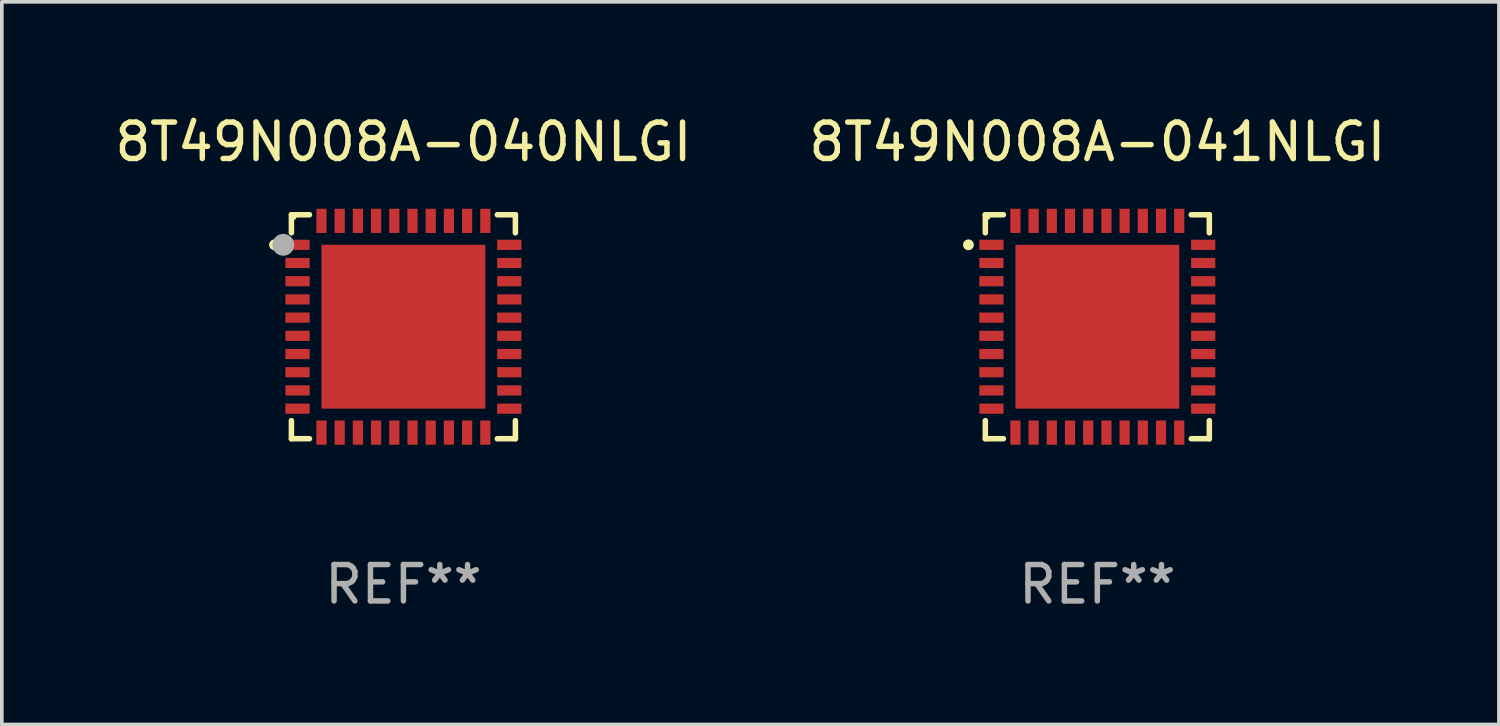
<source format=kicad_pcb>
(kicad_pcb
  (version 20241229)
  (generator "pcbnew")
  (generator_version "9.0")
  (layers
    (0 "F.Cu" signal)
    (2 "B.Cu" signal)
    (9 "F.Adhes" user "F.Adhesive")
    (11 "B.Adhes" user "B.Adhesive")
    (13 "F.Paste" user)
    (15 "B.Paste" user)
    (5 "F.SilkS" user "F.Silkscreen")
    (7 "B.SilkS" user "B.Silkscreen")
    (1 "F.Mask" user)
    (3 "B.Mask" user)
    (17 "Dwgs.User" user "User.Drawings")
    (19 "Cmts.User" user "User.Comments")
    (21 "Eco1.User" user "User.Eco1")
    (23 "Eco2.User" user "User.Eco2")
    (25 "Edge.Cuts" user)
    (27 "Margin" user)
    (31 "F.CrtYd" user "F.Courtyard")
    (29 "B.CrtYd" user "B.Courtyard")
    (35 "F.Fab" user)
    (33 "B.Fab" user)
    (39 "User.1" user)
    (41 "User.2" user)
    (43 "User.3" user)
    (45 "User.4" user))
  (footprint "8T49N008A-040NLGI"
    (layer "F.Cu")
    (at 8.03 5.924)
    (property "Reference" "8T49N008A-040NLGI" (at 0 -5.076 0) (layer "F.SilkS") (effects (font (size 1 1) (thickness 0.15))))
    (attr through_hole)
    (fp_line (start -3.076 -3.076) (end -3.076 -2.58) (stroke (width 0.152) (type solid)) (layer "F.SilkS"))
    (fp_line (start -3.076 3.076) (end -3.076 2.58) (stroke (width 0.152) (type solid)) (layer "F.SilkS"))
    (fp_line (start -2.58 -3.076) (end -3.076 -3.076) (stroke (width 0.152) (type solid)) (layer "F.SilkS"))
    (fp_line (start -2.58 3.076) (end -3.076 3.076) (stroke (width 0.152) (type solid)) (layer "F.SilkS"))
    (fp_line (start 2.58 -3.076) (end 3.076 -3.076) (stroke (width 0.152) (type solid)) (layer "F.SilkS"))
    (fp_line (start 2.58 3.076) (end 3.076 3.076) (stroke (width 0.152) (type solid)) (layer "F.SilkS"))
    (fp_line (start 3.076 -3.076) (end 3.076 -2.58) (stroke (width 0.152) (type solid)) (layer "F.SilkS"))
    (fp_line (start 3.076 3.076) (end 3.076 2.58) (stroke (width 0.152) (type solid)) (layer "F.SilkS"))
    (fp_circle (center -3.54 -2.25) (end -3.465 -2.25) (stroke (width 0.15) (type solid)) (fill no) (layer "F.SilkS"))
    (fp_circle (center -3 -3) (end -2.97 -3) (stroke (width 0.06) (type solid)) (fill no) (layer "F.SilkS"))
    (fp_circle (center -3.3 -2.25) (end -3.15 -2.25) (stroke (width 0.3) (type solid)) (fill no) (layer "F.Fab"))
    (fp_text user "REF**" (at 0 7.076 0) (layer "F.Fab") (effects (font (size 1 1) (thickness 0.15))))
    (pad "1" smd rect (at -2.908 -2.25) (size 0.665 0.28) (layers "F.Cu" "F.Mask" "F.Paste"))
    (pad "2" smd rect (at -2.908 -1.75) (size 0.665 0.28) (layers "F.Cu" "F.Mask" "F.Paste"))
    (pad "3" smd rect (at -2.908 -1.25) (size 0.665 0.28) (layers "F.Cu" "F.Mask" "F.Paste"))
    (pad "4" smd rect (at -2.908 -0.75) (size 0.665 0.28) (layers "F.Cu" "F.Mask" "F.Paste"))
    (pad "5" smd rect (at -2.908 -0.25) (size 0.665 0.28) (layers "F.Cu" "F.Mask" "F.Paste"))
    (pad "6" smd rect (at -2.908 0.25) (size 0.665 0.28) (layers "F.Cu" "F.Mask" "F.Paste"))
    (pad "7" smd rect (at -2.908 0.75) (size 0.665 0.28) (layers "F.Cu" "F.Mask" "F.Paste"))
    (pad "8" smd rect (at -2.908 1.25) (size 0.665 0.28) (layers "F.Cu" "F.Mask" "F.Paste"))
    (pad "9" smd rect (at -2.908 1.75) (size 0.665 0.28) (layers "F.Cu" "F.Mask" "F.Paste"))
    (pad "10" smd rect (at -2.908 2.25) (size 0.665 0.28) (layers "F.Cu" "F.Mask" "F.Paste"))
    (pad "11" smd rect (at -2.25 2.908) (size 0.28 0.665) (layers "F.Cu" "F.Mask" "F.Paste"))
    (pad "12" smd rect (at -1.75 2.908) (size 0.28 0.665) (layers "F.Cu" "F.Mask" "F.Paste"))
    (pad "13" smd rect (at -1.25 2.908) (size 0.28 0.665) (layers "F.Cu" "F.Mask" "F.Paste"))
    (pad "14" smd rect (at -0.75 2.908) (size 0.28 0.665) (layers "F.Cu" "F.Mask" "F.Paste"))
    (pad "15" smd rect (at -0.25 2.908) (size 0.28 0.665) (layers "F.Cu" "F.Mask" "F.Paste"))
    (pad "16" smd rect (at 0.25 2.908) (size 0.28 0.665) (layers "F.Cu" "F.Mask" "F.Paste"))
    (pad "17" smd rect (at 0.75 2.908) (size 0.28 0.665) (layers "F.Cu" "F.Mask" "F.Paste"))
    (pad "18" smd rect (at 1.25 2.908) (size 0.28 0.665) (layers "F.Cu" "F.Mask" "F.Paste"))
    (pad "19" smd rect (at 1.75 2.908) (size 0.28 0.665) (layers "F.Cu" "F.Mask" "F.Paste"))
    (pad "20" smd rect (at 2.25 2.908) (size 0.28 0.665) (layers "F.Cu" "F.Mask" "F.Paste"))
    (pad "21" smd rect (at 2.908 2.25) (size 0.665 0.28) (layers "F.Cu" "F.Mask" "F.Paste"))
    (pad "22" smd rect (at 2.908 1.75) (size 0.665 0.28) (layers "F.Cu" "F.Mask" "F.Paste"))
    (pad "23" smd rect (at 2.908 1.25) (size 0.665 0.28) (layers "F.Cu" "F.Mask" "F.Paste"))
    (pad "24" smd rect (at 2.908 0.75) (size 0.665 0.28) (layers "F.Cu" "F.Mask" "F.Paste"))
    (pad "25" smd rect (at 2.908 0.25) (size 0.665 0.28) (layers "F.Cu" "F.Mask" "F.Paste"))
    (pad "26" smd rect (at 2.908 -0.25) (size 0.665 0.28) (layers "F.Cu" "F.Mask" "F.Paste"))
    (pad "27" smd rect (at 2.908 -0.75) (size 0.665 0.28) (layers "F.Cu" "F.Mask" "F.Paste"))
    (pad "28" smd rect (at 2.908 -1.25) (size 0.665 0.28) (layers "F.Cu" "F.Mask" "F.Paste"))
    (pad "29" smd rect (at 2.908 -1.75) (size 0.665 0.28) (layers "F.Cu" "F.Mask" "F.Paste"))
    (pad "30" smd rect (at 2.908 -2.25) (size 0.665 0.28) (layers "F.Cu" "F.Mask" "F.Paste"))
    (pad "31" smd rect (at 2.25 -2.908) (size 0.28 0.665) (layers "F.Cu" "F.Mask" "F.Paste"))
    (pad "32" smd rect (at 1.75 -2.908) (size 0.28 0.665) (layers "F.Cu" "F.Mask" "F.Paste"))
    (pad "33" smd rect (at 1.25 -2.908) (size 0.28 0.665) (layers "F.Cu" "F.Mask" "F.Paste"))
    (pad "34" smd rect (at 0.75 -2.908) (size 0.28 0.665) (layers "F.Cu" "F.Mask" "F.Paste"))
    (pad "35" smd rect (at 0.25 -2.908) (size 0.28 0.665) (layers "F.Cu" "F.Mask" "F.Paste"))
    (pad "36" smd rect (at -0.25 -2.908) (size 0.28 0.665) (layers "F.Cu" "F.Mask" "F.Paste"))
    (pad "37" smd rect (at -0.75 -2.908) (size 0.28 0.665) (layers "F.Cu" "F.Mask" "F.Paste"))
    (pad "38" smd rect (at -1.25 -2.908) (size 0.28 0.665) (layers "F.Cu" "F.Mask" "F.Paste"))
    (pad "39" smd rect (at -1.75 -2.908) (size 0.28 0.665) (layers "F.Cu" "F.Mask" "F.Paste"))
    (pad "40" smd rect (at -2.25 -2.908) (size 0.28 0.665) (layers "F.Cu" "F.Mask" "F.Paste"))
    (pad "41" smd rect (at 0 0) (size 4.5 4.5) (layers "F.Cu" "F.Mask" "F.Paste")))
  (footprint "8T49N008A-041NLGI"
    (layer "F.Cu")
    (at 27.089 5.924)
    (property "Reference" "8T49N008A-041NLGI" (at 0 -5.076 0) (layer "F.SilkS") (effects (font (size 1 1) (thickness 0.15))))
    (attr through_hole)
    (fp_line (start -3.076 -3.076) (end -3.076 -2.58) (stroke (width 0.152) (type solid)) (layer "F.SilkS"))
    (fp_line (start -3.076 3.076) (end -3.076 2.58) (stroke (width 0.152) (type solid)) (layer "F.SilkS"))
    (fp_line (start -2.58 -3.076) (end -3.076 -3.076) (stroke (width 0.152) (type solid)) (layer "F.SilkS"))
    (fp_line (start -2.58 3.076) (end -3.076 3.076) (stroke (width 0.152) (type solid)) (layer "F.SilkS"))
    (fp_line (start 2.58 -3.076) (end 3.076 -3.076) (stroke (width 0.152) (type solid)) (layer "F.SilkS"))
    (fp_line (start 2.58 3.076) (end 3.076 3.076) (stroke (width 0.152) (type solid)) (layer "F.SilkS"))
    (fp_line (start 3.076 -3.076) (end 3.076 -2.58) (stroke (width 0.152) (type solid)) (layer "F.SilkS"))
    (fp_line (start 3.076 3.076) (end 3.076 2.58) (stroke (width 0.152) (type solid)) (layer "F.SilkS"))
    (fp_circle (center -3.54 -2.25) (end -3.465 -2.25) (stroke (width 0.15) (type solid)) (fill no) (layer "F.SilkS"))
    (fp_circle (center -3 -3) (end -2.97 -3) (stroke (width 0.06) (type solid)) (fill no) (layer "F.SilkS"))
    (fp_text user "REF**" (at 0 7.076 0) (layer "F.Fab") (effects (font (size 1 1) (thickness 0.15))))
    (pad "1" smd rect (at -2.908 -2.25) (size 0.665 0.28) (layers "F.Cu" "F.Mask" "F.Paste"))
    (pad "2" smd rect (at -2.908 -1.75) (size 0.665 0.28) (layers "F.Cu" "F.Mask" "F.Paste"))
    (pad "3" smd rect (at -2.908 -1.25) (size 0.665 0.28) (layers "F.Cu" "F.Mask" "F.Paste"))
    (pad "4" smd rect (at -2.908 -0.75) (size 0.665 0.28) (layers "F.Cu" "F.Mask" "F.Paste"))
    (pad "5" smd rect (at -2.908 -0.25) (size 0.665 0.28) (layers "F.Cu" "F.Mask" "F.Paste"))
    (pad "6" smd rect (at -2.908 0.25) (size 0.665 0.28) (layers "F.Cu" "F.Mask" "F.Paste"))
    (pad "7" smd rect (at -2.908 0.75) (size 0.665 0.28) (layers "F.Cu" "F.Mask" "F.Paste"))
    (pad "8" smd rect (at -2.908 1.25) (size 0.665 0.28) (layers "F.Cu" "F.Mask" "F.Paste"))
    (pad "9" smd rect (at -2.908 1.75) (size 0.665 0.28) (layers "F.Cu" "F.Mask" "F.Paste"))
    (pad "10" smd rect (at -2.908 2.25) (size 0.665 0.28) (layers "F.Cu" "F.Mask" "F.Paste"))
    (pad "11" smd rect (at -2.25 2.908) (size 0.28 0.665) (layers "F.Cu" "F.Mask" "F.Paste"))
    (pad "12" smd rect (at -1.75 2.908) (size 0.28 0.665) (layers "F.Cu" "F.Mask" "F.Paste"))
    (pad "13" smd rect (at -1.25 2.908) (size 0.28 0.665) (layers "F.Cu" "F.Mask" "F.Paste"))
    (pad "14" smd rect (at -0.75 2.908) (size 0.28 0.665) (layers "F.Cu" "F.Mask" "F.Paste"))
    (pad "15" smd rect (at -0.25 2.908) (size 0.28 0.665) (layers "F.Cu" "F.Mask" "F.Paste"))
    (pad "16" smd rect (at 0.25 2.908) (size 0.28 0.665) (layers "F.Cu" "F.Mask" "F.Paste"))
    (pad "17" smd rect (at 0.75 2.908) (size 0.28 0.665) (layers "F.Cu" "F.Mask" "F.Paste"))
    (pad "18" smd rect (at 1.25 2.908) (size 0.28 0.665) (layers "F.Cu" "F.Mask" "F.Paste"))
    (pad "19" smd rect (at 1.75 2.908) (size 0.28 0.665) (layers "F.Cu" "F.Mask" "F.Paste"))
    (pad "20" smd rect (at 2.25 2.908) (size 0.28 0.665) (layers "F.Cu" "F.Mask" "F.Paste"))
    (pad "21" smd rect (at 2.908 2.25) (size 0.665 0.28) (layers "F.Cu" "F.Mask" "F.Paste"))
    (pad "22" smd rect (at 2.908 1.75) (size 0.665 0.28) (layers "F.Cu" "F.Mask" "F.Paste"))
    (pad "23" smd rect (at 2.908 1.25) (size 0.665 0.28) (layers "F.Cu" "F.Mask" "F.Paste"))
    (pad "24" smd rect (at 2.908 0.75) (size 0.665 0.28) (layers "F.Cu" "F.Mask" "F.Paste"))
    (pad "25" smd rect (at 2.908 0.25) (size 0.665 0.28) (layers "F.Cu" "F.Mask" "F.Paste"))
    (pad "26" smd rect (at 2.908 -0.25) (size 0.665 0.28) (layers "F.Cu" "F.Mask" "F.Paste"))
    (pad "27" smd rect (at 2.908 -0.75) (size 0.665 0.28) (layers "F.Cu" "F.Mask" "F.Paste"))
    (pad "28" smd rect (at 2.908 -1.25) (size 0.665 0.28) (layers "F.Cu" "F.Mask" "F.Paste"))
    (pad "29" smd rect (at 2.908 -1.75) (size 0.665 0.28) (layers "F.Cu" "F.Mask" "F.Paste"))
    (pad "30" smd rect (at 2.908 -2.25) (size 0.665 0.28) (layers "F.Cu" "F.Mask" "F.Paste"))
    (pad "31" smd rect (at 2.25 -2.908) (size 0.28 0.665) (layers "F.Cu" "F.Mask" "F.Paste"))
    (pad "32" smd rect (at 1.75 -2.908) (size 0.28 0.665) (layers "F.Cu" "F.Mask" "F.Paste"))
    (pad "33" smd rect (at 1.25 -2.908) (size 0.28 0.665) (layers "F.Cu" "F.Mask" "F.Paste"))
    (pad "34" smd rect (at 0.75 -2.908) (size 0.28 0.665) (layers "F.Cu" "F.Mask" "F.Paste"))
    (pad "35" smd rect (at 0.25 -2.908) (size 0.28 0.665) (layers "F.Cu" "F.Mask" "F.Paste"))
    (pad "36" smd rect (at -0.25 -2.908) (size 0.28 0.665) (layers "F.Cu" "F.Mask" "F.Paste"))
    (pad "37" smd rect (at -0.75 -2.908) (size 0.28 0.665) (layers "F.Cu" "F.Mask" "F.Paste"))
    (pad "38" smd rect (at -1.25 -2.908) (size 0.28 0.665) (layers "F.Cu" "F.Mask" "F.Paste"))
    (pad "39" smd rect (at -1.75 -2.908) (size 0.28 0.665) (layers "F.Cu" "F.Mask" "F.Paste"))
    (pad "40" smd rect (at -2.25 -2.908) (size 0.28 0.665) (layers "F.Cu" "F.Mask" "F.Paste"))
    (pad "41" smd rect (at 0 0) (size 4.5 4.5) (layers "F.Cu" "F.Mask" "F.Paste")))
  (gr_rect
    (start -3 -3)
    (end 38.119 16.849)
    (stroke (width 0.1) (type default))
    (fill no)
    (layer "Edge.Cuts")))
</source>
